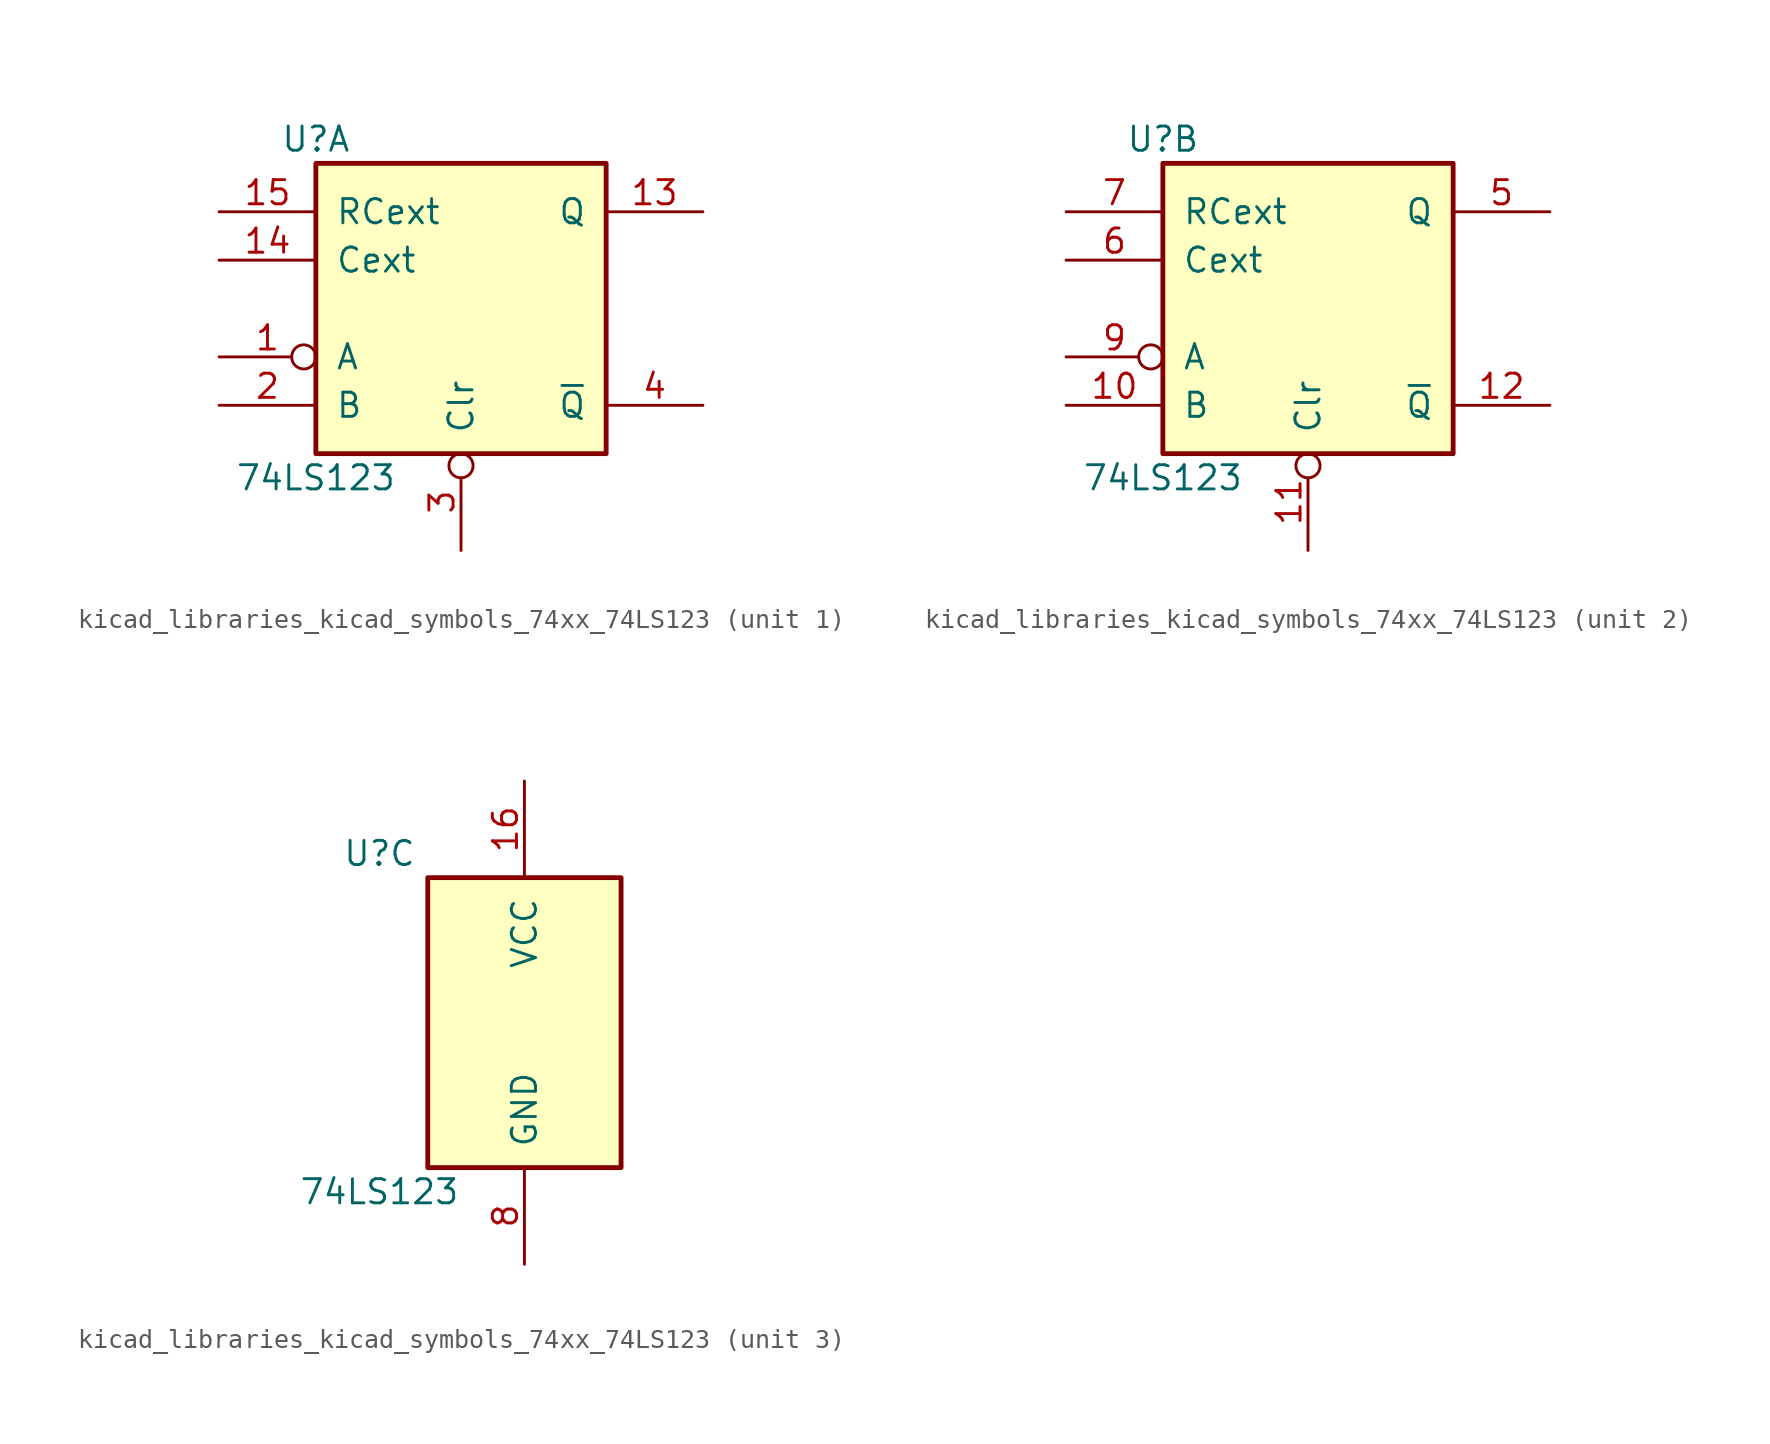
<source format=kicad_sym>
(kicad_symbol_lib
  (version 20220914)
  (generator kicad_symbol_editor)
  (symbol "kicad_libraries_kicad_symbols_74xx_74LS123"
    (pin_names
      (offset 1.016))
    (property "Reference" "U"
      (at -7.62 8.89 0)
      (effects (font (size 1.27 1.27))))
    (property "Value" "74LS123"
      (at -7.62 -8.89 0)
      (effects (font (size 1.27 1.27))))
    (property "ki_locked" ""
      (at 0 0 0)
      (effects (font (size 1.27 1.27))))
    (symbol "kicad_libraries_kicad_symbols_74xx_74LS123_1_0"
      (pin input inverted (at -12.7 -2.54 0) (length 5.08) (name "A" (effects (font (size 1.27 1.27)))) (number "1" (effects (font (size 1.27 1.27)))))
      (pin output line (at 12.7 5.08 180) (length 5.08) (name "Q" (effects (font (size 1.27 1.27)))) (number "13" (effects (font (size 1.27 1.27)))))
      (pin input line (at -12.7 2.54 0) (length 5.08) (name "Cext" (effects (font (size 1.27 1.27)))) (number "14" (effects (font (size 1.27 1.27)))))
      (pin input line (at -12.7 5.08 0) (length 5.08) (name "RCext" (effects (font (size 1.27 1.27)))) (number "15" (effects (font (size 1.27 1.27)))))
      (pin input line (at -12.7 -5.08 0) (length 5.08) (name "B" (effects (font (size 1.27 1.27)))) (number "2" (effects (font (size 1.27 1.27)))))
      (pin input inverted (at 0 -12.7 90) (length 5.08) (name "Clr" (effects (font (size 1.27 1.27)))) (number "3" (effects (font (size 1.27 1.27)))))
      (pin output line (at 12.7 -5.08 180) (length 5.08) (name "~{Q}" (effects (font (size 1.27 1.27)))) (number "4" (effects (font (size 1.27 1.27))))))
    (symbol "kicad_libraries_kicad_symbols_74xx_74LS123_1_1"
      (rectangle (start -7.62 7.62) (end 7.62 -7.62) (stroke (width 0.254) (type default)) (fill (type background))))
    (symbol "kicad_libraries_kicad_symbols_74xx_74LS123_2_0"
      (pin input line (at -12.7 -5.08 0) (length 5.08) (name "B" (effects (font (size 1.27 1.27)))) (number "10" (effects (font (size 1.27 1.27)))))
      (pin input inverted (at 0 -12.7 90) (length 5.08) (name "Clr" (effects (font (size 1.27 1.27)))) (number "11" (effects (font (size 1.27 1.27)))))
      (pin output line (at 12.7 -5.08 180) (length 5.08) (name "~{Q}" (effects (font (size 1.27 1.27)))) (number "12" (effects (font (size 1.27 1.27)))))
      (pin output line (at 12.7 5.08 180) (length 5.08) (name "Q" (effects (font (size 1.27 1.27)))) (number "5" (effects (font (size 1.27 1.27)))))
      (pin input line (at -12.7 2.54 0) (length 5.08) (name "Cext" (effects (font (size 1.27 1.27)))) (number "6" (effects (font (size 1.27 1.27)))))
      (pin input line (at -12.7 5.08 0) (length 5.08) (name "RCext" (effects (font (size 1.27 1.27)))) (number "7" (effects (font (size 1.27 1.27)))))
      (pin input inverted (at -12.7 -2.54 0) (length 5.08) (name "A" (effects (font (size 1.27 1.27)))) (number "9" (effects (font (size 1.27 1.27))))))
    (symbol "kicad_libraries_kicad_symbols_74xx_74LS123_2_1"
      (rectangle (start -7.62 7.62) (end 7.62 -7.62) (stroke (width 0.254) (type default)) (fill (type background))))
    (symbol "kicad_libraries_kicad_symbols_74xx_74LS123_3_0"
      (pin power_in line (at 0 12.7 270) (length 5.08) (name "VCC" (effects (font (size 1.27 1.27)))) (number "16" (effects (font (size 1.27 1.27)))))
      (pin power_in line (at 0 -12.7 90) (length 5.08) (name "GND" (effects (font (size 1.27 1.27)))) (number "8" (effects (font (size 1.27 1.27))))))
    (symbol "kicad_libraries_kicad_symbols_74xx_74LS123_3_1"
      (rectangle (start -5.08 7.62) (end 5.08 -7.62) (stroke (width 0.254) (type default)) (fill (type background))))))
</source>
